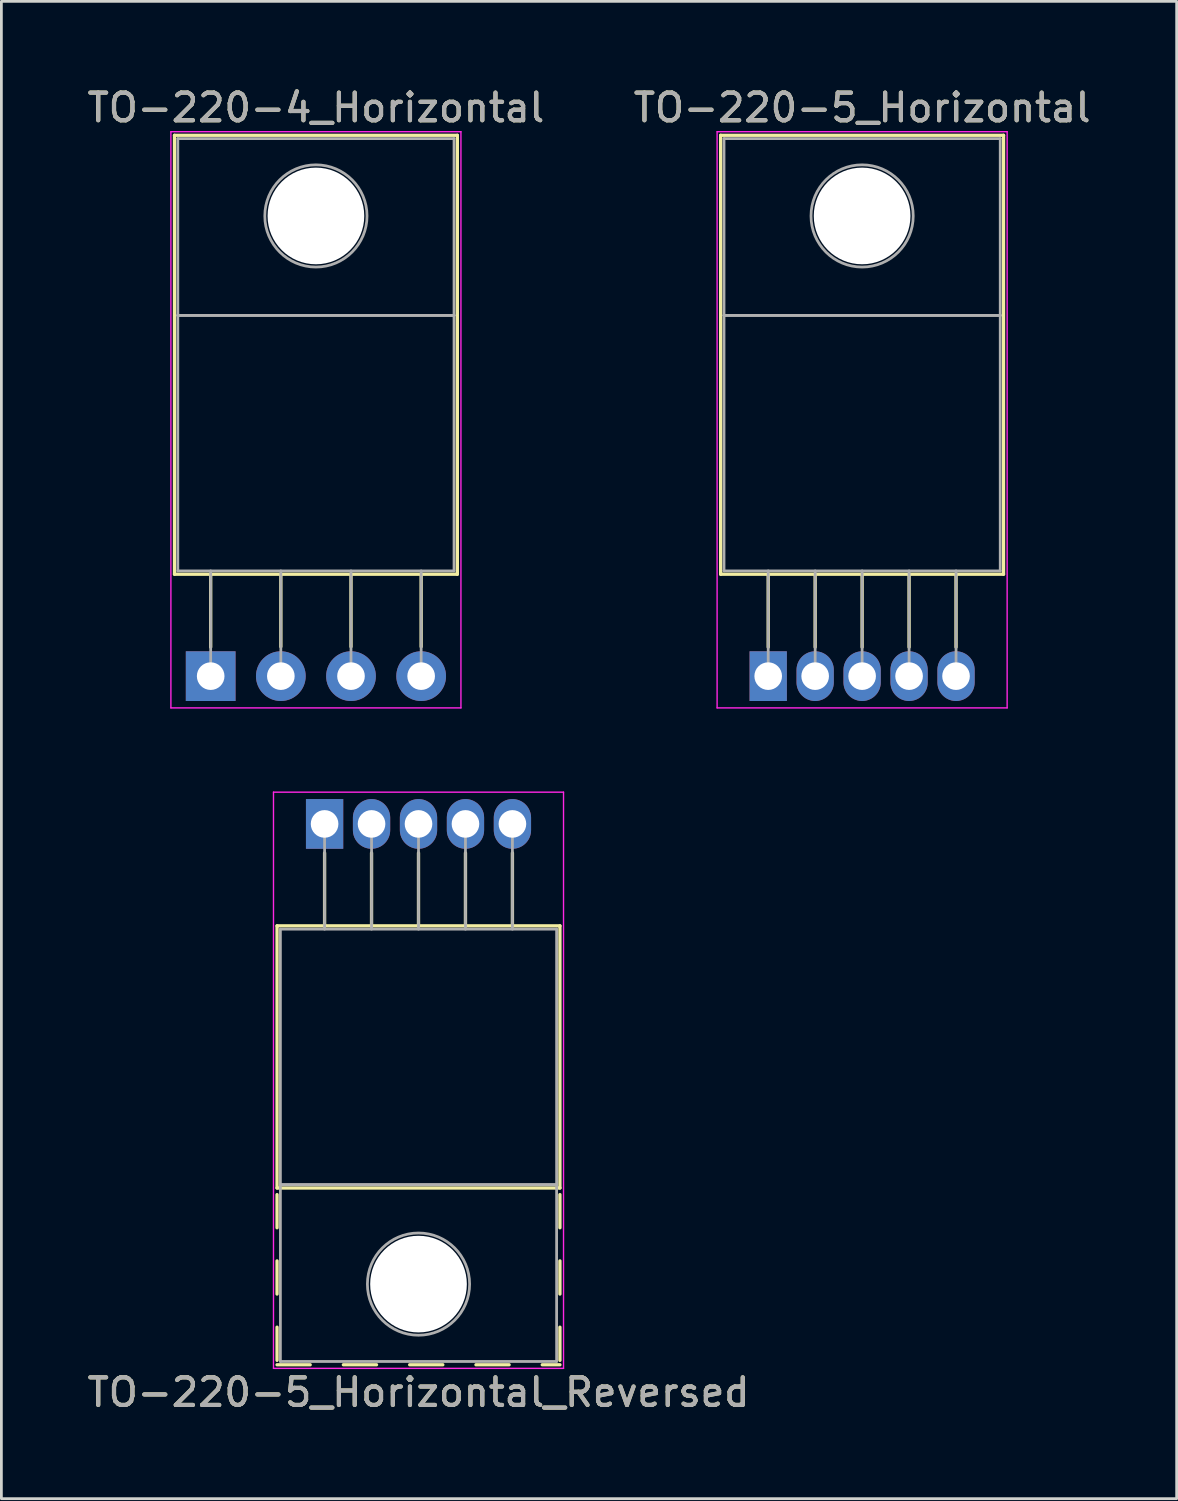
<source format=kicad_pcb>
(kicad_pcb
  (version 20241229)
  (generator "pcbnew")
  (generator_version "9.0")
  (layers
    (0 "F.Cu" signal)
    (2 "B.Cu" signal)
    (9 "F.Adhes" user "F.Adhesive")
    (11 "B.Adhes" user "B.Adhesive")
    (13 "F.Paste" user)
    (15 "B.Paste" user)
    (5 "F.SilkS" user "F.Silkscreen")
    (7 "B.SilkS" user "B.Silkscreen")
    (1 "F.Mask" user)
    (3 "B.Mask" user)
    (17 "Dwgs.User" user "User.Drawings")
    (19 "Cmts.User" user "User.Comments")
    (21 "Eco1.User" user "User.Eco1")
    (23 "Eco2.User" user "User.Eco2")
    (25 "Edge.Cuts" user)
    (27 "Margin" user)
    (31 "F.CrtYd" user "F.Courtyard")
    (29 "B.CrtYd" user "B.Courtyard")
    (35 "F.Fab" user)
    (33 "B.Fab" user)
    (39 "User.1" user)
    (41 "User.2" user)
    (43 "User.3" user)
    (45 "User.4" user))
  (footprint "TO-220-5_Horizontal"
    (layer "F.Cu")
    (at 24.761 21.428)
    (property "Reference" "TO-220-5_Horizontal" (at 3.4 -20.58 0) (layer "F.SilkS") (effects (font (size 1 1) (thickness 0.15))))
    (attr through_hole)
    (fp_line (start -1.721 -19.58) (end -1.721 -3.69) (stroke (width 0.12) (type solid)) (layer "F.SilkS"))
    (fp_line (start -1.721 -19.58) (end 8.52 -19.58) (stroke (width 0.12) (type solid)) (layer "F.SilkS"))
    (fp_line (start -1.721 -3.69) (end 8.52 -3.69) (stroke (width 0.12) (type solid)) (layer "F.SilkS"))
    (fp_line (start 0 -3.69) (end 0 -1.05) (stroke (width 0.12) (type solid)) (layer "F.SilkS"))
    (fp_line (start 1.7 -3.69) (end 1.7 -1.05) (stroke (width 0.12) (type solid)) (layer "F.SilkS"))
    (fp_line (start 3.4 -3.69) (end 3.4 -1.05) (stroke (width 0.12) (type solid)) (layer "F.SilkS"))
    (fp_line (start 5.1 -3.69) (end 5.1 -1.05) (stroke (width 0.12) (type solid)) (layer "F.SilkS"))
    (fp_line (start 6.8 -3.69) (end 6.8 -1.05) (stroke (width 0.12) (type solid)) (layer "F.SilkS"))
    (fp_line (start 8.52 -19.58) (end 8.52 -3.69) (stroke (width 0.12) (type solid)) (layer "F.SilkS"))
    (fp_line (start -1.85 -19.71) (end -1.85 1.15) (stroke (width 0.05) (type solid)) (layer "F.CrtYd"))
    (fp_line (start -1.85 1.15) (end 8.65 1.15) (stroke (width 0.05) (type solid)) (layer "F.CrtYd"))
    (fp_line (start 8.65 -19.71) (end -1.85 -19.71) (stroke (width 0.05) (type solid)) (layer "F.CrtYd"))
    (fp_line (start 8.65 1.15) (end 8.65 -19.71) (stroke (width 0.05) (type solid)) (layer "F.CrtYd"))
    (fp_line (start -1.6 -19.46) (end 8.4 -19.46) (stroke (width 0.1) (type solid)) (layer "F.Fab"))
    (fp_line (start -1.6 -13.06) (end -1.6 -19.46) (stroke (width 0.1) (type solid)) (layer "F.Fab"))
    (fp_line (start -1.6 -13.06) (end 8.4 -13.06) (stroke (width 0.1) (type solid)) (layer "F.Fab"))
    (fp_line (start -1.6 -3.81) (end -1.6 -13.06) (stroke (width 0.1) (type solid)) (layer "F.Fab"))
    (fp_line (start 0 -3.81) (end 0 0) (stroke (width 0.1) (type solid)) (layer "F.Fab"))
    (fp_line (start 1.7 -3.81) (end 1.7 0) (stroke (width 0.1) (type solid)) (layer "F.Fab"))
    (fp_line (start 3.4 -3.81) (end 3.4 0) (stroke (width 0.1) (type solid)) (layer "F.Fab"))
    (fp_line (start 5.1 -3.81) (end 5.1 0) (stroke (width 0.1) (type solid)) (layer "F.Fab"))
    (fp_line (start 6.8 -3.81) (end 6.8 0) (stroke (width 0.1) (type solid)) (layer "F.Fab"))
    (fp_line (start 8.4 -19.46) (end 8.4 -13.06) (stroke (width 0.1) (type solid)) (layer "F.Fab"))
    (fp_line (start 8.4 -13.06) (end -1.6 -13.06) (stroke (width 0.1) (type solid)) (layer "F.Fab"))
    (fp_line (start 8.4 -13.06) (end 8.4 -3.81) (stroke (width 0.1) (type solid)) (layer "F.Fab"))
    (fp_line (start 8.4 -3.81) (end -1.6 -3.81) (stroke (width 0.1) (type solid)) (layer "F.Fab"))
    (fp_circle (center 3.4 -16.66) (end 5.25 -16.66) (stroke (width 0.1) (type solid)) (fill no) (layer "F.Fab"))
    (fp_text user "${REFERENCE}" (at 3.4 -20.58 0) (layer "F.Fab") (effects (font (size 1 1) (thickness 0.15))))
    (pad "" np_thru_hole oval (at 3.4 -16.66) (size 3.5 3.5) (drill 3.5) (layers "*.Cu" "*.Mask"))
    (pad "1" thru_hole rect (at 0 0) (size 1.35 1.8) (drill 1) (layers "*.Cu" "*.Mask"))
    (pad "2" thru_hole oval (at 1.7 0) (size 1.35 1.8) (drill 1) (layers "*.Cu" "*.Mask"))
    (pad "3" thru_hole oval (at 3.4 0) (size 1.35 1.8) (drill 1) (layers "*.Cu" "*.Mask"))
    (pad "4" thru_hole oval (at 5.1 0) (size 1.35 1.8) (drill 1) (layers "*.Cu" "*.Mask"))
    (pad "5" thru_hole oval (at 6.8 0) (size 1.35 1.8) (drill 1) (layers "*.Cu" "*.Mask")))
  (footprint "TO-220-5_Horizontal_Reversed"
    (layer "F.Cu")
    (at 8.701 26.778)
    (property "Reference" "TO-220-5_Horizontal_Reversed" (at 3.4 20.58 0) (layer "F.SilkS") (effects (font (size 1 1) (thickness 0.15))))
    (attr through_hole)
    (fp_line (start -1.721 3.69) (end -1.721 13.18) (stroke (width 0.12) (type solid)) (layer "F.SilkS"))
    (fp_line (start -1.721 3.69) (end 8.52 3.69) (stroke (width 0.12) (type solid)) (layer "F.SilkS"))
    (fp_line (start -1.721 13.18) (end 8.52 13.18) (stroke (width 0.12) (type solid)) (layer "F.SilkS"))
    (fp_line (start -1.721 13.42) (end -1.721 14.62) (stroke (width 0.12) (type solid)) (layer "F.SilkS"))
    (fp_line (start -1.721 15.82) (end -1.721 17.02) (stroke (width 0.12) (type solid)) (layer "F.SilkS"))
    (fp_line (start -1.721 18.22) (end -1.721 19.42) (stroke (width 0.12) (type solid)) (layer "F.SilkS"))
    (fp_line (start -1.721 19.58) (end -0.521 19.58) (stroke (width 0.12) (type solid)) (layer "F.SilkS"))
    (fp_line (start 0 1.05) (end 0 3.69) (stroke (width 0.12) (type solid)) (layer "F.SilkS"))
    (fp_line (start 0.68 19.58) (end 1.88 19.58) (stroke (width 0.12) (type solid)) (layer "F.SilkS"))
    (fp_line (start 1.7 1.05) (end 1.7 3.69) (stroke (width 0.12) (type solid)) (layer "F.SilkS"))
    (fp_line (start 3.08 19.58) (end 4.28 19.58) (stroke (width 0.12) (type solid)) (layer "F.SilkS"))
    (fp_line (start 3.4 1.05) (end 3.4 3.69) (stroke (width 0.12) (type solid)) (layer "F.SilkS"))
    (fp_line (start 5.1 1.05) (end 5.1 3.69) (stroke (width 0.12) (type solid)) (layer "F.SilkS"))
    (fp_line (start 5.48 19.58) (end 6.68 19.58) (stroke (width 0.12) (type solid)) (layer "F.SilkS"))
    (fp_line (start 6.8 1.05) (end 6.8 3.69) (stroke (width 0.12) (type solid)) (layer "F.SilkS"))
    (fp_line (start 7.88 19.58) (end 8.52 19.58) (stroke (width 0.12) (type solid)) (layer "F.SilkS"))
    (fp_line (start 8.52 3.69) (end 8.52 13.18) (stroke (width 0.12) (type solid)) (layer "F.SilkS"))
    (fp_line (start 8.52 13.42) (end 8.52 14.62) (stroke (width 0.12) (type solid)) (layer "F.SilkS"))
    (fp_line (start 8.52 15.82) (end 8.52 17.02) (stroke (width 0.12) (type solid)) (layer "F.SilkS"))
    (fp_line (start 8.52 18.22) (end 8.52 19.42) (stroke (width 0.12) (type solid)) (layer "F.SilkS"))
    (fp_line (start -1.85 -1.15) (end -1.85 19.71) (stroke (width 0.05) (type solid)) (layer "F.CrtYd"))
    (fp_line (start -1.85 19.71) (end 8.65 19.71) (stroke (width 0.05) (type solid)) (layer "F.CrtYd"))
    (fp_line (start 8.65 -1.15) (end -1.85 -1.15) (stroke (width 0.05) (type solid)) (layer "F.CrtYd"))
    (fp_line (start 8.65 19.71) (end 8.65 -1.15) (stroke (width 0.05) (type solid)) (layer "F.CrtYd"))
    (fp_line (start -1.6 3.81) (end -1.6 13.06) (stroke (width 0.1) (type solid)) (layer "F.Fab"))
    (fp_line (start -1.6 13.06) (end -1.6 19.46) (stroke (width 0.1) (type solid)) (layer "F.Fab"))
    (fp_line (start -1.6 13.06) (end 8.4 13.06) (stroke (width 0.1) (type solid)) (layer "F.Fab"))
    (fp_line (start -1.6 19.46) (end 8.4 19.46) (stroke (width 0.1) (type solid)) (layer "F.Fab"))
    (fp_line (start 0 3.81) (end 0 0) (stroke (width 0.1) (type solid)) (layer "F.Fab"))
    (fp_line (start 1.7 3.81) (end 1.7 0) (stroke (width 0.1) (type solid)) (layer "F.Fab"))
    (fp_line (start 3.4 3.81) (end 3.4 0) (stroke (width 0.1) (type solid)) (layer "F.Fab"))
    (fp_line (start 5.1 3.81) (end 5.1 0) (stroke (width 0.1) (type solid)) (layer "F.Fab"))
    (fp_line (start 6.8 3.81) (end 6.8 0) (stroke (width 0.1) (type solid)) (layer "F.Fab"))
    (fp_line (start 8.4 3.81) (end -1.6 3.81) (stroke (width 0.1) (type solid)) (layer "F.Fab"))
    (fp_line (start 8.4 13.06) (end -1.6 13.06) (stroke (width 0.1) (type solid)) (layer "F.Fab"))
    (fp_line (start 8.4 13.06) (end 8.4 3.81) (stroke (width 0.1) (type solid)) (layer "F.Fab"))
    (fp_line (start 8.4 19.46) (end 8.4 13.06) (stroke (width 0.1) (type solid)) (layer "F.Fab"))
    (fp_circle (center 3.4 16.66) (end 5.25 16.66) (stroke (width 0.1) (type solid)) (fill no) (layer "F.Fab"))
    (fp_text user "${REFERENCE}" (at 3.4 20.58 0) (layer "F.Fab") (effects (font (size 1 1) (thickness 0.15))))
    (pad "" np_thru_hole oval (at 3.4 16.66) (size 3.5 3.5) (drill 3.5) (layers "*.Cu" "*.Mask"))
    (pad "1" thru_hole rect (at 0 0) (size 1.35 1.8) (drill 1) (layers "*.Cu" "*.Mask"))
    (pad "2" thru_hole oval (at 1.7 0) (size 1.35 1.8) (drill 1) (layers "*.Cu" "*.Mask"))
    (pad "3" thru_hole oval (at 3.4 0) (size 1.35 1.8) (drill 1) (layers "*.Cu" "*.Mask"))
    (pad "4" thru_hole oval (at 5.1 0) (size 1.35 1.8) (drill 1) (layers "*.Cu" "*.Mask"))
    (pad "5" thru_hole oval (at 6.8 0) (size 1.35 1.8) (drill 1) (layers "*.Cu" "*.Mask")))
  (footprint "TO-220-4_Horizontal"
    (layer "F.Cu")
    (at 4.577 21.428)
    (property "Reference" "TO-220-4_Horizontal" (at 3.81 -20.58 0) (layer "F.SilkS") (effects (font (size 1 1) (thickness 0.15))))
    (attr through_hole)
    (fp_line (start -1.31 -19.58) (end -1.31 -3.69) (stroke (width 0.12) (type solid)) (layer "F.SilkS"))
    (fp_line (start -1.31 -19.58) (end 8.93 -19.58) (stroke (width 0.12) (type solid)) (layer "F.SilkS"))
    (fp_line (start -1.31 -3.69) (end 8.93 -3.69) (stroke (width 0.12) (type solid)) (layer "F.SilkS"))
    (fp_line (start 0 -3.69) (end 0 -1.05) (stroke (width 0.12) (type solid)) (layer "F.SilkS"))
    (fp_line (start 2.54 -3.69) (end 2.54 -1.066) (stroke (width 0.12) (type solid)) (layer "F.SilkS"))
    (fp_line (start 5.08 -3.69) (end 5.08 -1.066) (stroke (width 0.12) (type solid)) (layer "F.SilkS"))
    (fp_line (start 7.62 -3.69) (end 7.62 -1.066) (stroke (width 0.12) (type solid)) (layer "F.SilkS"))
    (fp_line (start 8.93 -19.58) (end 8.93 -3.69) (stroke (width 0.12) (type solid)) (layer "F.SilkS"))
    (fp_line (start -1.44 -19.71) (end -1.44 1.15) (stroke (width 0.05) (type solid)) (layer "F.CrtYd"))
    (fp_line (start -1.44 1.15) (end 9.06 1.15) (stroke (width 0.05) (type solid)) (layer "F.CrtYd"))
    (fp_line (start 9.06 -19.71) (end -1.44 -19.71) (stroke (width 0.05) (type solid)) (layer "F.CrtYd"))
    (fp_line (start 9.06 1.15) (end 9.06 -19.71) (stroke (width 0.05) (type solid)) (layer "F.CrtYd"))
    (fp_line (start -1.19 -19.46) (end 8.81 -19.46) (stroke (width 0.1) (type solid)) (layer "F.Fab"))
    (fp_line (start -1.19 -13.06) (end -1.19 -19.46) (stroke (width 0.1) (type solid)) (layer "F.Fab"))
    (fp_line (start -1.19 -13.06) (end 8.81 -13.06) (stroke (width 0.1) (type solid)) (layer "F.Fab"))
    (fp_line (start -1.19 -3.81) (end -1.19 -13.06) (stroke (width 0.1) (type solid)) (layer "F.Fab"))
    (fp_line (start 0 -3.81) (end 0 0) (stroke (width 0.1) (type solid)) (layer "F.Fab"))
    (fp_line (start 2.54 -3.81) (end 2.54 0) (stroke (width 0.1) (type solid)) (layer "F.Fab"))
    (fp_line (start 5.08 -3.81) (end 5.08 0) (stroke (width 0.1) (type solid)) (layer "F.Fab"))
    (fp_line (start 7.62 -3.81) (end 7.62 0) (stroke (width 0.1) (type solid)) (layer "F.Fab"))
    (fp_line (start 8.81 -19.46) (end 8.81 -13.06) (stroke (width 0.1) (type solid)) (layer "F.Fab"))
    (fp_line (start 8.81 -13.06) (end -1.19 -13.06) (stroke (width 0.1) (type solid)) (layer "F.Fab"))
    (fp_line (start 8.81 -13.06) (end 8.81 -3.81) (stroke (width 0.1) (type solid)) (layer "F.Fab"))
    (fp_line (start 8.81 -3.81) (end -1.19 -3.81) (stroke (width 0.1) (type solid)) (layer "F.Fab"))
    (fp_circle (center 3.81 -16.66) (end 5.66 -16.66) (stroke (width 0.1) (type solid)) (fill no) (layer "F.Fab"))
    (fp_text user "${REFERENCE}" (at 3.81 -20.58 0) (layer "F.Fab") (effects (font (size 1 1) (thickness 0.15))))
    (pad "" np_thru_hole oval (at 3.81 -16.66) (size 3.5 3.5) (drill 3.5) (layers "*.Cu" "*.Mask"))
    (pad "1" thru_hole rect (at 0 0) (size 1.8 1.8) (drill 1) (layers "*.Cu" "*.Mask"))
    (pad "2" thru_hole oval (at 2.54 0) (size 1.8 1.8) (drill 1) (layers "*.Cu" "*.Mask"))
    (pad "3" thru_hole oval (at 5.08 0) (size 1.8 1.8) (drill 1) (layers "*.Cu" "*.Mask"))
    (pad "4" thru_hole oval (at 7.62 0) (size 1.8 1.8) (drill 1) (layers "*.Cu" "*.Mask")))
  (gr_rect
    (start -3 -3)
    (end 39.548 51.206)
    (stroke (width 0.1) (type default))
    (fill no)
    (layer "Edge.Cuts")))
</source>
